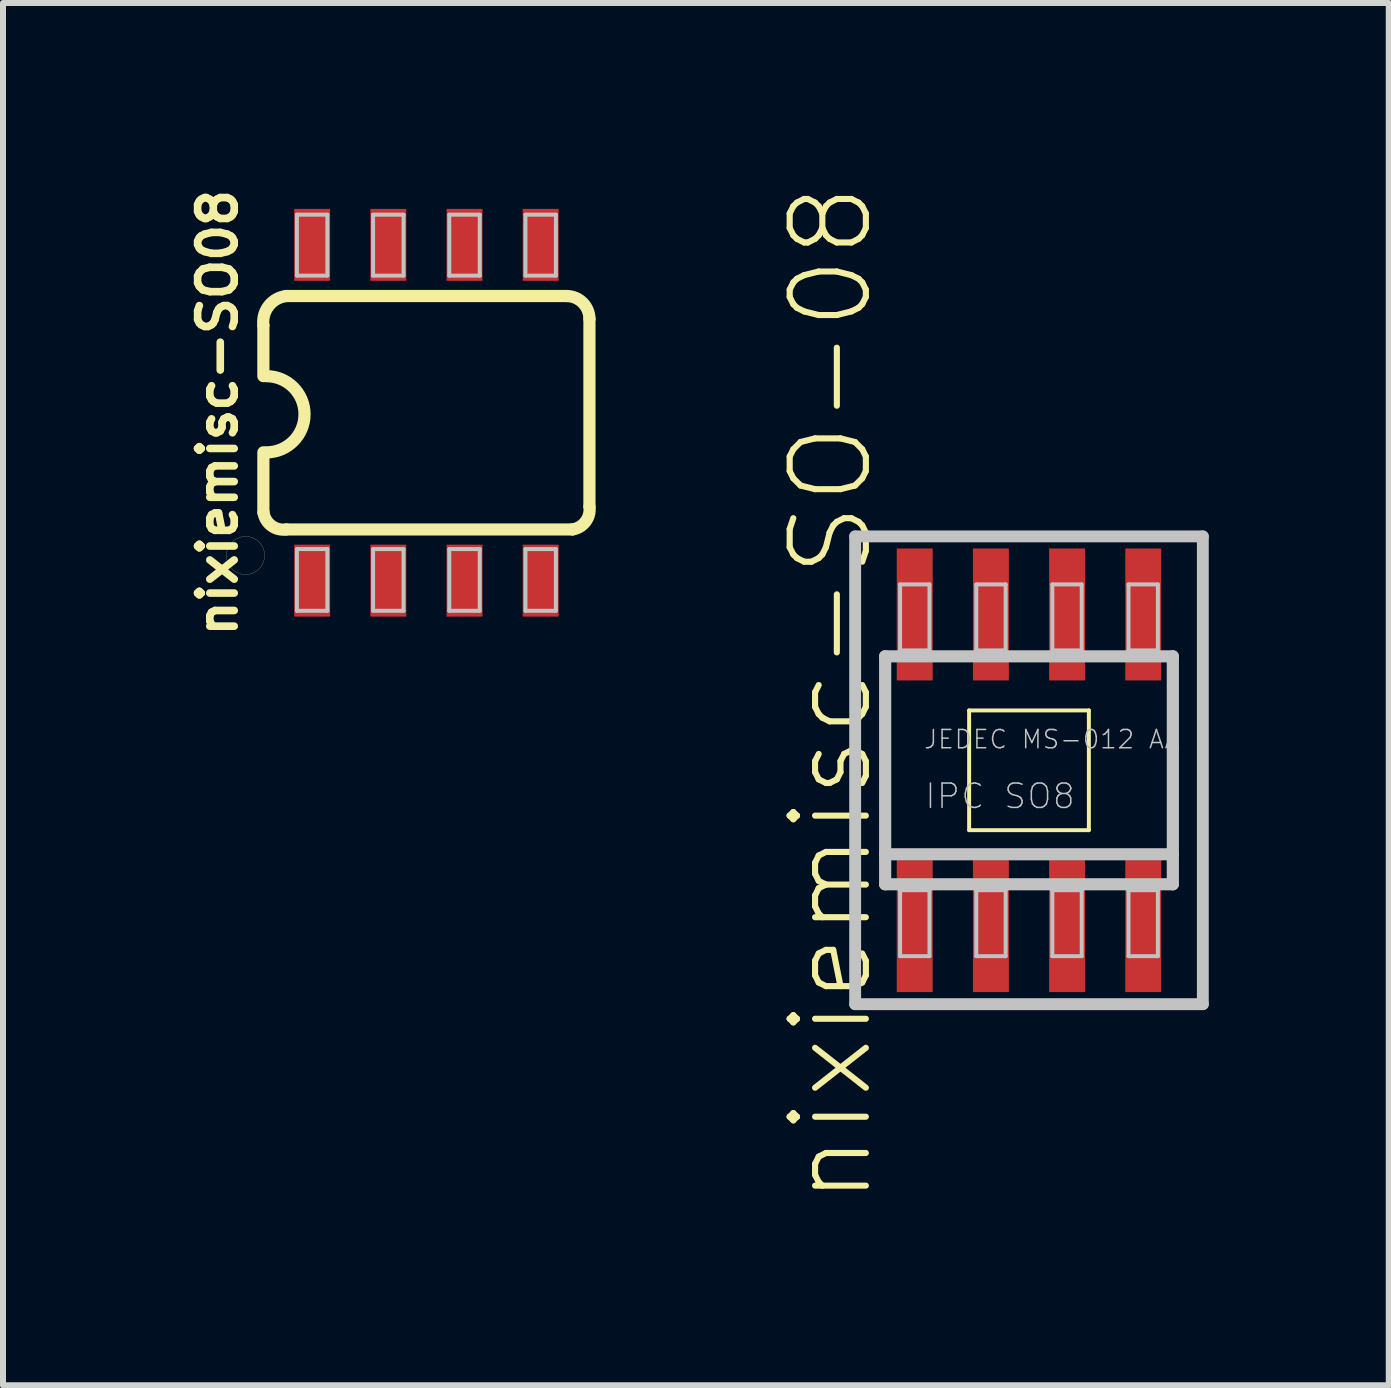
<source format=kicad_pcb>
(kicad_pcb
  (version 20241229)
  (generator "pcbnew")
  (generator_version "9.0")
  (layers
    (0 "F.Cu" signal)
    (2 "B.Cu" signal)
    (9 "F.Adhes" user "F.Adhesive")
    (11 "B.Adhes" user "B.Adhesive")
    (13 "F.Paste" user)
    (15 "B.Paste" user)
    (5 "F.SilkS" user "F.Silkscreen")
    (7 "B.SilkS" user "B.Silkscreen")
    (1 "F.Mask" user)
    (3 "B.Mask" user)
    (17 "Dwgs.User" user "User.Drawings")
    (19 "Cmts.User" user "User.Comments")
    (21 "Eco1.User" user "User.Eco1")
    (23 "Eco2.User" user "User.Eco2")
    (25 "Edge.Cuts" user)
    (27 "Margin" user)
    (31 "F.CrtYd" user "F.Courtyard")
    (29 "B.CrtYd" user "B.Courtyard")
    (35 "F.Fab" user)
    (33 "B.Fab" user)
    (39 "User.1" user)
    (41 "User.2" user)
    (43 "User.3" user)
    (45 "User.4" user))
  (footprint "nixiemisc-SO-08"
    (layer "F.Cu")
    (at 14.105 9.792)
    (property "Reference" "nixiemisc-SO-08" (at -3.302 -1.27 90) (layer "F.SilkS") (effects (font (size 1.27 1.27) (thickness 0.102))))
    (attr smd)
    (fp_line (start -0.998 -0.998) (end 0.998 -0.998) (stroke (width 0.066) (type solid)) (layer "F.SilkS"))
    (fp_line (start -0.998 0.998) (end -0.998 -0.998) (stroke (width 0.066) (type solid)) (layer "F.SilkS"))
    (fp_line (start -0.998 0.998) (end 0.998 0.998) (stroke (width 0.066) (type solid)) (layer "F.SilkS"))
    (fp_line (start 0.998 0.998) (end 0.998 -0.998) (stroke (width 0.066) (type solid)) (layer "F.SilkS"))
    (fp_line (start -2.898 -3.899) (end 2.898 -3.899) (stroke (width 0.198) (type solid)) (layer "Dwgs.User"))
    (fp_line (start -2.898 3.899) (end -2.898 -3.899) (stroke (width 0.198) (type solid)) (layer "Dwgs.User"))
    (fp_line (start -2.398 -1.9) (end 2.398 -1.9) (stroke (width 0.203) (type solid)) (layer "Dwgs.User"))
    (fp_line (start -2.398 1.4) (end -2.398 -1.9) (stroke (width 0.203) (type solid)) (layer "Dwgs.User"))
    (fp_line (start -2.398 1.9) (end -2.398 1.4) (stroke (width 0.203) (type solid)) (layer "Dwgs.User"))
    (fp_line (start -2.149 -3.099) (end -1.659 -3.099) (stroke (width 0.066) (type solid)) (layer "Dwgs.User"))
    (fp_line (start -2.149 -1.999) (end -2.149 -3.099) (stroke (width 0.066) (type solid)) (layer "Dwgs.User"))
    (fp_line (start -2.149 -1.999) (end -1.659 -1.999) (stroke (width 0.066) (type solid)) (layer "Dwgs.User"))
    (fp_line (start -2.149 1.999) (end -1.659 1.999) (stroke (width 0.066) (type solid)) (layer "Dwgs.User"))
    (fp_line (start -2.149 3.099) (end -2.149 1.999) (stroke (width 0.066) (type solid)) (layer "Dwgs.User"))
    (fp_line (start -2.149 3.099) (end -1.659 3.099) (stroke (width 0.066) (type solid)) (layer "Dwgs.User"))
    (fp_line (start -1.659 -1.999) (end -1.659 -3.099) (stroke (width 0.066) (type solid)) (layer "Dwgs.User"))
    (fp_line (start -1.659 3.099) (end -1.659 1.999) (stroke (width 0.066) (type solid)) (layer "Dwgs.User"))
    (fp_line (start -0.879 -3.099) (end -0.389 -3.099) (stroke (width 0.066) (type solid)) (layer "Dwgs.User"))
    (fp_line (start -0.879 -1.999) (end -0.879 -3.099) (stroke (width 0.066) (type solid)) (layer "Dwgs.User"))
    (fp_line (start -0.879 -1.999) (end -0.389 -1.999) (stroke (width 0.066) (type solid)) (layer "Dwgs.User"))
    (fp_line (start -0.879 1.999) (end -0.389 1.999) (stroke (width 0.066) (type solid)) (layer "Dwgs.User"))
    (fp_line (start -0.879 3.099) (end -0.879 1.999) (stroke (width 0.066) (type solid)) (layer "Dwgs.User"))
    (fp_line (start -0.879 3.099) (end -0.389 3.099) (stroke (width 0.066) (type solid)) (layer "Dwgs.User"))
    (fp_line (start -0.389 -1.999) (end -0.389 -3.099) (stroke (width 0.066) (type solid)) (layer "Dwgs.User"))
    (fp_line (start -0.389 3.099) (end -0.389 1.999) (stroke (width 0.066) (type solid)) (layer "Dwgs.User"))
    (fp_line (start 0.389 -3.099) (end 0.879 -3.099) (stroke (width 0.066) (type solid)) (layer "Dwgs.User"))
    (fp_line (start 0.389 -1.999) (end 0.389 -3.099) (stroke (width 0.066) (type solid)) (layer "Dwgs.User"))
    (fp_line (start 0.389 -1.999) (end 0.879 -1.999) (stroke (width 0.066) (type solid)) (layer "Dwgs.User"))
    (fp_line (start 0.389 1.999) (end 0.879 1.999) (stroke (width 0.066) (type solid)) (layer "Dwgs.User"))
    (fp_line (start 0.389 3.099) (end 0.389 1.999) (stroke (width 0.066) (type solid)) (layer "Dwgs.User"))
    (fp_line (start 0.389 3.099) (end 0.879 3.099) (stroke (width 0.066) (type solid)) (layer "Dwgs.User"))
    (fp_line (start 0.879 -1.999) (end 0.879 -3.099) (stroke (width 0.066) (type solid)) (layer "Dwgs.User"))
    (fp_line (start 0.879 3.099) (end 0.879 1.999) (stroke (width 0.066) (type solid)) (layer "Dwgs.User"))
    (fp_line (start 1.659 -3.099) (end 2.149 -3.099) (stroke (width 0.066) (type solid)) (layer "Dwgs.User"))
    (fp_line (start 1.659 -1.999) (end 1.659 -3.099) (stroke (width 0.066) (type solid)) (layer "Dwgs.User"))
    (fp_line (start 1.659 -1.999) (end 2.149 -1.999) (stroke (width 0.066) (type solid)) (layer "Dwgs.User"))
    (fp_line (start 1.659 1.999) (end 2.149 1.999) (stroke (width 0.066) (type solid)) (layer "Dwgs.User"))
    (fp_line (start 1.659 3.099) (end 1.659 1.999) (stroke (width 0.066) (type solid)) (layer "Dwgs.User"))
    (fp_line (start 1.659 3.099) (end 2.149 3.099) (stroke (width 0.066) (type solid)) (layer "Dwgs.User"))
    (fp_line (start 2.149 -1.999) (end 2.149 -3.099) (stroke (width 0.066) (type solid)) (layer "Dwgs.User"))
    (fp_line (start 2.149 3.099) (end 2.149 1.999) (stroke (width 0.066) (type solid)) (layer "Dwgs.User"))
    (fp_line (start 2.398 -1.9) (end 2.398 1.4) (stroke (width 0.203) (type solid)) (layer "Dwgs.User"))
    (fp_line (start 2.398 1.4) (end -2.398 1.4) (stroke (width 0.203) (type solid)) (layer "Dwgs.User"))
    (fp_line (start 2.398 1.4) (end 2.398 1.9) (stroke (width 0.203) (type solid)) (layer "Dwgs.User"))
    (fp_line (start 2.398 1.9) (end -2.398 1.9) (stroke (width 0.203) (type solid)) (layer "Dwgs.User"))
    (fp_line (start 2.898 -3.899) (end 2.898 3.899) (stroke (width 0.198) (type solid)) (layer "Dwgs.User"))
    (fp_line (start 2.898 3.899) (end -2.898 3.899) (stroke (width 0.198) (type solid)) (layer "Dwgs.User"))
    (fp_text user "IPC SO8" (at -0.483 0.432 0) (layer "Dwgs.User") (effects (font (size 0.406 0.406) (thickness 0.025))))
    (fp_text user "JEDEC MS-012 AA" (at 0.381 -0.516 0) (layer "Dwgs.User") (effects (font (size 0.305 0.305) (thickness 0.025))))
    (pad "1" smd rect (at -1.905 2.598) (size 0.599 2.2) (layers "F.Cu" "F.Mask" "F.Paste"))
    (pad "2" smd rect (at -0.635 2.598) (size 0.599 2.2) (layers "F.Cu" "F.Mask" "F.Paste"))
    (pad "3" smd rect (at 0.635 2.598) (size 0.599 2.2) (layers "F.Cu" "F.Mask" "F.Paste"))
    (pad "4" smd rect (at 1.905 2.598) (size 0.599 2.2) (layers "F.Cu" "F.Mask" "F.Paste"))
    (pad "5" smd rect (at 1.905 -2.598) (size 0.599 2.2) (layers "F.Cu" "F.Mask" "F.Paste"))
    (pad "6" smd rect (at 0.635 -2.598) (size 0.599 2.2) (layers "F.Cu" "F.Mask" "F.Paste"))
    (pad "7" smd rect (at -0.635 -2.598) (size 0.599 2.2) (layers "F.Cu" "F.Mask" "F.Paste"))
    (pad "8" smd rect (at -1.905 -2.598) (size 0.599 2.2) (layers "F.Cu" "F.Mask" "F.Paste")))
  (footprint "nixiemisc-SO08"
    (layer "F.Cu")
    (at 4.059 3.831)
    (property "Reference" "nixiemisc-SO08" (at -3.48 0 90) (layer "F.SilkS") (effects (font (size 0.61 0.61) (thickness 0.127))))
    (attr smd)
    (fp_line (start -2.718 -1.45) (end -2.718 -0.61) (stroke (width 0.203) (type solid)) (layer "F.SilkS"))
    (fp_line (start -2.718 1.664) (end -2.718 0.66) (stroke (width 0.203) (type solid)) (layer "F.SilkS"))
    (fp_line (start -2.337 1.946) (end 2.436 1.946) (stroke (width 0.203) (type solid)) (layer "F.SilkS"))
    (fp_line (start 2.337 -1.946) (end -2.337 -1.946) (stroke (width 0.203) (type solid)) (layer "F.SilkS"))
    (fp_line (start 2.718 1.565) (end 2.718 -1.565) (stroke (width 0.203) (type solid)) (layer "F.SilkS"))
    (fp_arc (start -2.7178 -1.46304) (mid -2.62725 -1.783248) (end -2.3368 -1.94564) (stroke (width 0.2032) (type solid)) (layer "F.SilkS"))
    (fp_arc (start -2.667 -0.6096) (mid -2.032 0.0254) (end -2.667 0.6604) (stroke (width 0.2032) (type solid)) (layer "F.SilkS"))
    (fp_arc (start -2.3368 1.94564) (mid -2.584422 1.883052) (end -2.71526 1.6637) (stroke (width 0.2032) (type solid)) (layer "F.SilkS"))
    (fp_arc (start 2.3368 -1.94564) (mid 2.606208 -1.834048) (end 2.7178 -1.56464) (stroke (width 0.2032) (type solid)) (layer "F.SilkS"))
    (fp_arc (start 2.7178 1.56464) (mid 2.654468 1.814058) (end 2.43332 1.94564) (stroke (width 0.2032) (type solid)) (layer "F.SilkS"))
    (fp_poly (pts (xy -2.697 2.38) (xy -2.705 2.309) (xy -2.728 2.243) (xy -2.766 2.182) (xy -2.817 2.131) (xy -2.878 2.093) (xy -2.944 2.07) (xy -3.015 2.062) (xy -3.086 2.07) (xy -3.152 2.093) (xy -3.213 2.131) (xy -3.264 2.182) (xy -3.302 2.243) (xy -3.325 2.309) (xy -3.332 2.38) (xy -3.325 2.451) (xy -3.302 2.517) (xy -3.264 2.578) (xy -3.213 2.629) (xy -3.152 2.667) (xy -3.086 2.69) (xy -3.015 2.697) (xy -2.944 2.69) (xy -2.878 2.667) (xy -2.817 2.629) (xy -2.766 2.578) (xy -2.728 2.517) (xy -2.705 2.451) (xy -2.697 2.38)) (stroke (width 0.003) (type solid)) (fill no) (layer "F.SilkS"))
    (fp_line (start -2.159 -3.302) (end -1.651 -3.302) (stroke (width 0.066) (type solid)) (layer "Dwgs.User"))
    (fp_line (start -2.159 -2.286) (end -2.159 -3.302) (stroke (width 0.066) (type solid)) (layer "Dwgs.User"))
    (fp_line (start -2.159 -2.286) (end -1.651 -2.286) (stroke (width 0.066) (type solid)) (layer "Dwgs.User"))
    (fp_line (start -2.159 2.273) (end -1.651 2.273) (stroke (width 0.066) (type solid)) (layer "Dwgs.User"))
    (fp_line (start -2.159 3.302) (end -2.159 2.273) (stroke (width 0.066) (type solid)) (layer "Dwgs.User"))
    (fp_line (start -2.159 3.302) (end -1.651 3.302) (stroke (width 0.066) (type solid)) (layer "Dwgs.User"))
    (fp_line (start -1.651 -2.286) (end -1.651 -3.302) (stroke (width 0.066) (type solid)) (layer "Dwgs.User"))
    (fp_line (start -1.651 3.302) (end -1.651 2.273) (stroke (width 0.066) (type solid)) (layer "Dwgs.User"))
    (fp_line (start -0.889 -3.302) (end -0.381 -3.302) (stroke (width 0.066) (type solid)) (layer "Dwgs.User"))
    (fp_line (start -0.889 -2.286) (end -0.889 -3.302) (stroke (width 0.066) (type solid)) (layer "Dwgs.User"))
    (fp_line (start -0.889 -2.286) (end -0.381 -2.286) (stroke (width 0.066) (type solid)) (layer "Dwgs.User"))
    (fp_line (start -0.889 2.273) (end -0.381 2.273) (stroke (width 0.066) (type solid)) (layer "Dwgs.User"))
    (fp_line (start -0.889 3.302) (end -0.889 2.273) (stroke (width 0.066) (type solid)) (layer "Dwgs.User"))
    (fp_line (start -0.889 3.302) (end -0.381 3.302) (stroke (width 0.066) (type solid)) (layer "Dwgs.User"))
    (fp_line (start -0.381 -2.286) (end -0.381 -3.302) (stroke (width 0.066) (type solid)) (layer "Dwgs.User"))
    (fp_line (start -0.381 3.302) (end -0.381 2.273) (stroke (width 0.066) (type solid)) (layer "Dwgs.User"))
    (fp_line (start 0.381 -3.302) (end 0.889 -3.302) (stroke (width 0.066) (type solid)) (layer "Dwgs.User"))
    (fp_line (start 0.381 -2.286) (end 0.381 -3.302) (stroke (width 0.066) (type solid)) (layer "Dwgs.User"))
    (fp_line (start 0.381 -2.286) (end 0.889 -2.286) (stroke (width 0.066) (type solid)) (layer "Dwgs.User"))
    (fp_line (start 0.381 2.273) (end 0.889 2.273) (stroke (width 0.066) (type solid)) (layer "Dwgs.User"))
    (fp_line (start 0.381 3.302) (end 0.381 2.273) (stroke (width 0.066) (type solid)) (layer "Dwgs.User"))
    (fp_line (start 0.381 3.302) (end 0.889 3.302) (stroke (width 0.066) (type solid)) (layer "Dwgs.User"))
    (fp_line (start 0.889 -2.286) (end 0.889 -3.302) (stroke (width 0.066) (type solid)) (layer "Dwgs.User"))
    (fp_line (start 0.889 3.302) (end 0.889 2.273) (stroke (width 0.066) (type solid)) (layer "Dwgs.User"))
    (fp_line (start 1.651 -3.302) (end 2.159 -3.302) (stroke (width 0.066) (type solid)) (layer "Dwgs.User"))
    (fp_line (start 1.651 -2.286) (end 1.651 -3.302) (stroke (width 0.066) (type solid)) (layer "Dwgs.User"))
    (fp_line (start 1.651 -2.286) (end 2.159 -2.286) (stroke (width 0.066) (type solid)) (layer "Dwgs.User"))
    (fp_line (start 1.651 2.273) (end 2.159 2.273) (stroke (width 0.066) (type solid)) (layer "Dwgs.User"))
    (fp_line (start 1.651 3.302) (end 1.651 2.273) (stroke (width 0.066) (type solid)) (layer "Dwgs.User"))
    (fp_line (start 1.651 3.302) (end 2.159 3.302) (stroke (width 0.066) (type solid)) (layer "Dwgs.User"))
    (fp_line (start 2.159 -2.286) (end 2.159 -3.302) (stroke (width 0.066) (type solid)) (layer "Dwgs.User"))
    (fp_line (start 2.159 3.302) (end 2.159 2.273) (stroke (width 0.066) (type solid)) (layer "Dwgs.User"))
    (pad "1" smd rect (at -1.905 2.799) (size 0.599 1.199) (layers "F.Cu" "F.Mask" "F.Paste"))
    (pad "2" smd rect (at -0.635 2.799) (size 0.599 1.199) (layers "F.Cu" "F.Mask" "F.Paste"))
    (pad "3" smd rect (at 0.635 2.799) (size 0.599 1.199) (layers "F.Cu" "F.Mask" "F.Paste"))
    (pad "4" smd rect (at 1.905 2.799) (size 0.599 1.199) (layers "F.Cu" "F.Mask" "F.Paste"))
    (pad "5" smd rect (at 1.905 -2.799) (size 0.599 1.199) (layers "F.Cu" "F.Mask" "F.Paste"))
    (pad "6" smd rect (at 0.635 -2.799) (size 0.599 1.199) (layers "F.Cu" "F.Mask" "F.Paste"))
    (pad "7" smd rect (at -0.635 -2.799) (size 0.599 1.199) (layers "F.Cu" "F.Mask" "F.Paste"))
    (pad "8" smd rect (at -1.905 -2.799) (size 0.599 1.199) (layers "F.Cu" "F.Mask" "F.Paste")))
  (gr_rect
    (start -3 -3)
    (end 20.103 20.045)
    (stroke (width 0.1) (type default))
    (fill no)
    (layer "Edge.Cuts")))
</source>
